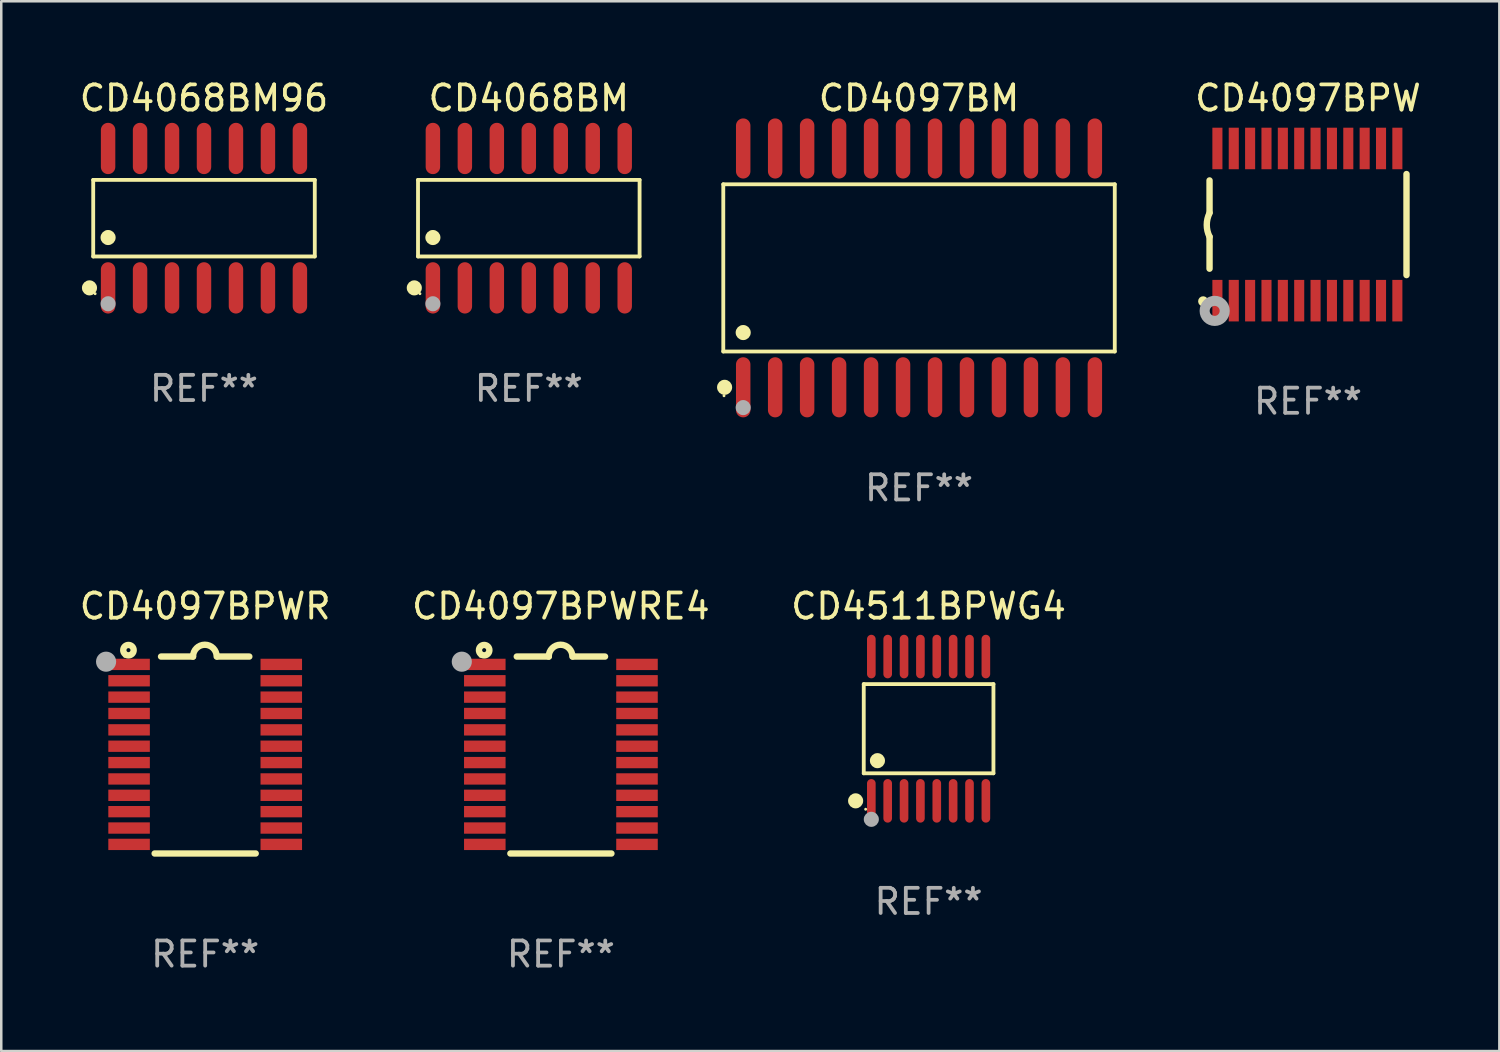
<source format=kicad_pcb>
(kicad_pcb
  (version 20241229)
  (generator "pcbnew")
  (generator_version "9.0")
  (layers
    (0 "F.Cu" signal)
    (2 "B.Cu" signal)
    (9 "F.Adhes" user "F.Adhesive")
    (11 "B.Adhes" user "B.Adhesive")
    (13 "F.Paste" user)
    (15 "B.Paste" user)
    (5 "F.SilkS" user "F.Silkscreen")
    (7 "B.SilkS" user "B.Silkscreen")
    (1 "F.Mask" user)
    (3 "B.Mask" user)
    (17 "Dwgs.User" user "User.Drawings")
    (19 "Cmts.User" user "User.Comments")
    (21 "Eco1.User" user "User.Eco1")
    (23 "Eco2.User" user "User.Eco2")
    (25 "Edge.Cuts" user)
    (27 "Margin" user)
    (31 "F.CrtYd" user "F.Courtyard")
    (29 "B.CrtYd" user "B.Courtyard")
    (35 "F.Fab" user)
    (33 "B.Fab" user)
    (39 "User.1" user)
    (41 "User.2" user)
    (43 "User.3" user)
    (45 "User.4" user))
  (footprint "CD4068BM96"
    (layer "F.Cu")
    (at 5.054 5.617)
    (property "Reference" "CD4068BM96" (at 0 -4.769 0) (layer "F.SilkS") (effects (font (size 1 1) (thickness 0.15))))
    (attr through_hole)
    (fp_line (start -4.401 -1.521) (end 4.401 -1.521) (stroke (width 0.152) (type solid)) (layer "F.SilkS"))
    (fp_line (start -4.401 1.521) (end -4.401 -1.521) (stroke (width 0.152) (type solid)) (layer "F.SilkS"))
    (fp_line (start 4.401 -1.521) (end 4.401 1.521) (stroke (width 0.152) (type solid)) (layer "F.SilkS"))
    (fp_line (start 4.401 1.521) (end -4.401 1.521) (stroke (width 0.152) (type solid)) (layer "F.SilkS"))
    (fp_circle (center -4.549 2.769) (end -4.399 2.769) (stroke (width 0.3) (type solid)) (fill no) (layer "F.SilkS"))
    (fp_circle (center -4.325 3) (end -4.295 3) (stroke (width 0.06) (type solid)) (fill no) (layer "F.SilkS"))
    (fp_circle (center -3.81 0.769) (end -3.66 0.769) (stroke (width 0.3) (type solid)) (fill no) (layer "F.SilkS"))
    (fp_circle (center -3.81 3.4) (end -3.66 3.4) (stroke (width 0.3) (type solid)) (fill no) (layer "F.Fab"))
    (fp_text user "REF**" (at 0 6.769 0) (layer "F.Fab") (effects (font (size 1 1) (thickness 0.15))))
    (pad "1" smd oval (at -3.81 2.769) (size 0.574 2.038) (layers "F.Cu" "F.Mask" "F.Paste"))
    (pad "2" smd oval (at -2.54 2.769) (size 0.574 2.038) (layers "F.Cu" "F.Mask" "F.Paste"))
    (pad "3" smd oval (at -1.27 2.769) (size 0.574 2.038) (layers "F.Cu" "F.Mask" "F.Paste"))
    (pad "4" smd oval (at 0 2.769) (size 0.574 2.038) (layers "F.Cu" "F.Mask" "F.Paste"))
    (pad "5" smd oval (at 1.27 2.769) (size 0.574 2.038) (layers "F.Cu" "F.Mask" "F.Paste"))
    (pad "6" smd oval (at 2.54 2.769) (size 0.574 2.038) (layers "F.Cu" "F.Mask" "F.Paste"))
    (pad "7" smd oval (at 3.81 2.769) (size 0.574 2.038) (layers "F.Cu" "F.Mask" "F.Paste"))
    (pad "8" smd oval (at 3.81 -2.769) (size 0.574 2.038) (layers "F.Cu" "F.Mask" "F.Paste"))
    (pad "9" smd oval (at 2.54 -2.769) (size 0.574 2.038) (layers "F.Cu" "F.Mask" "F.Paste"))
    (pad "10" smd oval (at 1.27 -2.769) (size 0.574 2.038) (layers "F.Cu" "F.Mask" "F.Paste"))
    (pad "11" smd oval (at 0 -2.769) (size 0.574 2.038) (layers "F.Cu" "F.Mask" "F.Paste"))
    (pad "12" smd oval (at -1.27 -2.769) (size 0.574 2.038) (layers "F.Cu" "F.Mask" "F.Paste"))
    (pad "13" smd oval (at -2.54 -2.769) (size 0.574 2.038) (layers "F.Cu" "F.Mask" "F.Paste"))
    (pad "14" smd oval (at -3.81 -2.769) (size 0.574 2.038) (layers "F.Cu" "F.Mask" "F.Paste")))
  (footprint "CD4097BPWRE4"
    (layer "F.Cu")
    (at 19.232 26.944)
    (property "Reference" "CD4097BPWRE4" (at 0 -5.912 0) (layer "F.SilkS") (effects (font (size 1 1) (thickness 0.15))))
    (attr through_hole)
    (fp_line (start -1.753 -3.912) (end -0.483 -3.912) (stroke (width 0.254) (type solid)) (layer "F.SilkS"))
    (fp_line (start 0.483 -3.912) (end 1.753 -3.912) (stroke (width 0.254) (type solid)) (layer "F.SilkS"))
    (fp_line (start 2.007 3.912) (end -2.007 3.912) (stroke (width 0.254) (type solid)) (layer "F.SilkS"))
    (fp_arc (start -0.482626 -3.911608) (mid -0.012725 -4.381509) (end 0.457176 -3.911608) (stroke (width 0.254001) (type solid)) (layer "F.SilkS"))
    (fp_circle (center -3.2 -3.925) (end -3.17 -3.925) (stroke (width 0.06) (type solid)) (fill no) (layer "F.SilkS"))
    (fp_circle (center -3.048 -4.166) (end -2.968 -4.166) (stroke (width 0.254) (type solid)) (fill no) (layer "F.SilkS"))
    (fp_circle (center -3.937 -3.708) (end -3.737 -3.708) (stroke (width 0.4) (type solid)) (fill no) (layer "F.Fab"))
    (fp_text user "REF**" (at 0 7.912 0) (layer "F.Fab") (effects (font (size 1 1) (thickness 0.15))))
    (pad "1" smd rect (at -3.023 -3.6) (size 1.65 0.45) (layers "F.Cu" "F.Mask" "F.Paste"))
    (pad "2" smd rect (at -3.023 -2.95) (size 1.65 0.45) (layers "F.Cu" "F.Mask" "F.Paste"))
    (pad "3" smd rect (at -3.023 -2.3) (size 1.65 0.45) (layers "F.Cu" "F.Mask" "F.Paste"))
    (pad "4" smd rect (at -3.023 -1.65) (size 1.65 0.45) (layers "F.Cu" "F.Mask" "F.Paste"))
    (pad "5" smd rect (at -3.023 -1) (size 1.65 0.45) (layers "F.Cu" "F.Mask" "F.Paste"))
    (pad "6" smd rect (at -3.023 -0.35) (size 1.65 0.45) (layers "F.Cu" "F.Mask" "F.Paste"))
    (pad "7" smd rect (at -3.023 0.3) (size 1.65 0.45) (layers "F.Cu" "F.Mask" "F.Paste"))
    (pad "8" smd rect (at -3.023 0.95) (size 1.65 0.45) (layers "F.Cu" "F.Mask" "F.Paste"))
    (pad "9" smd rect (at -3.023 1.6) (size 1.65 0.45) (layers "F.Cu" "F.Mask" "F.Paste"))
    (pad "10" smd rect (at -3.023 2.25) (size 1.65 0.45) (layers "F.Cu" "F.Mask" "F.Paste"))
    (pad "11" smd rect (at -3.023 2.9) (size 1.65 0.45) (layers "F.Cu" "F.Mask" "F.Paste"))
    (pad "12" smd rect (at -3.023 3.55) (size 1.65 0.45) (layers "F.Cu" "F.Mask" "F.Paste"))
    (pad "13" smd rect (at 3.023 3.55) (size 1.65 0.45) (layers "F.Cu" "F.Mask" "F.Paste"))
    (pad "14" smd rect (at 3.023 2.9) (size 1.65 0.45) (layers "F.Cu" "F.Mask" "F.Paste"))
    (pad "15" smd rect (at 3.023 2.25) (size 1.65 0.45) (layers "F.Cu" "F.Mask" "F.Paste"))
    (pad "16" smd rect (at 3.023 1.6) (size 1.65 0.45) (layers "F.Cu" "F.Mask" "F.Paste"))
    (pad "17" smd rect (at 3.023 0.95) (size 1.65 0.45) (layers "F.Cu" "F.Mask" "F.Paste"))
    (pad "18" smd rect (at 3.023 0.3) (size 1.65 0.45) (layers "F.Cu" "F.Mask" "F.Paste"))
    (pad "19" smd rect (at 3.023 -0.35) (size 1.65 0.45) (layers "F.Cu" "F.Mask" "F.Paste"))
    (pad "20" smd rect (at 3.023 -1) (size 1.65 0.45) (layers "F.Cu" "F.Mask" "F.Paste"))
    (pad "21" smd rect (at 3.023 -1.65) (size 1.65 0.45) (layers "F.Cu" "F.Mask" "F.Paste"))
    (pad "22" smd rect (at 3.023 -2.3) (size 1.65 0.45) (layers "F.Cu" "F.Mask" "F.Paste"))
    (pad "23" smd rect (at 3.023 -2.95) (size 1.65 0.45) (layers "F.Cu" "F.Mask" "F.Paste"))
    (pad "24" smd rect (at 3.023 -3.6) (size 1.65 0.45) (layers "F.Cu" "F.Mask" "F.Paste")))
  (footprint "CD4068BM"
    (layer "F.Cu")
    (at 17.957 5.617)
    (property "Reference" "CD4068BM" (at 0 -4.769 0) (layer "F.SilkS") (effects (font (size 1 1) (thickness 0.15))))
    (attr through_hole)
    (fp_line (start -4.401 -1.521) (end 4.401 -1.521) (stroke (width 0.152) (type solid)) (layer "F.SilkS"))
    (fp_line (start -4.401 1.521) (end -4.401 -1.521) (stroke (width 0.152) (type solid)) (layer "F.SilkS"))
    (fp_line (start 4.401 -1.521) (end 4.401 1.521) (stroke (width 0.152) (type solid)) (layer "F.SilkS"))
    (fp_line (start 4.401 1.521) (end -4.401 1.521) (stroke (width 0.152) (type solid)) (layer "F.SilkS"))
    (fp_circle (center -4.549 2.769) (end -4.399 2.769) (stroke (width 0.3) (type solid)) (fill no) (layer "F.SilkS"))
    (fp_circle (center -4.325 3) (end -4.295 3) (stroke (width 0.06) (type solid)) (fill no) (layer "F.SilkS"))
    (fp_circle (center -3.81 0.769) (end -3.66 0.769) (stroke (width 0.3) (type solid)) (fill no) (layer "F.SilkS"))
    (fp_circle (center -3.81 3.4) (end -3.66 3.4) (stroke (width 0.3) (type solid)) (fill no) (layer "F.Fab"))
    (fp_text user "REF**" (at 0 6.769 0) (layer "F.Fab") (effects (font (size 1 1) (thickness 0.15))))
    (pad "1" smd oval (at -3.81 2.769) (size 0.574 2.038) (layers "F.Cu" "F.Mask" "F.Paste"))
    (pad "2" smd oval (at -2.54 2.769) (size 0.574 2.038) (layers "F.Cu" "F.Mask" "F.Paste"))
    (pad "3" smd oval (at -1.27 2.769) (size 0.574 2.038) (layers "F.Cu" "F.Mask" "F.Paste"))
    (pad "4" smd oval (at 0 2.769) (size 0.574 2.038) (layers "F.Cu" "F.Mask" "F.Paste"))
    (pad "5" smd oval (at 1.27 2.769) (size 0.574 2.038) (layers "F.Cu" "F.Mask" "F.Paste"))
    (pad "6" smd oval (at 2.54 2.769) (size 0.574 2.038) (layers "F.Cu" "F.Mask" "F.Paste"))
    (pad "7" smd oval (at 3.81 2.769) (size 0.574 2.038) (layers "F.Cu" "F.Mask" "F.Paste"))
    (pad "8" smd oval (at 3.81 -2.769) (size 0.574 2.038) (layers "F.Cu" "F.Mask" "F.Paste"))
    (pad "9" smd oval (at 2.54 -2.769) (size 0.574 2.038) (layers "F.Cu" "F.Mask" "F.Paste"))
    (pad "10" smd oval (at 1.27 -2.769) (size 0.574 2.038) (layers "F.Cu" "F.Mask" "F.Paste"))
    (pad "11" smd oval (at 0 -2.769) (size 0.574 2.038) (layers "F.Cu" "F.Mask" "F.Paste"))
    (pad "12" smd oval (at -1.27 -2.769) (size 0.574 2.038) (layers "F.Cu" "F.Mask" "F.Paste"))
    (pad "13" smd oval (at -2.54 -2.769) (size 0.574 2.038) (layers "F.Cu" "F.Mask" "F.Paste"))
    (pad "14" smd oval (at -3.81 -2.769) (size 0.574 2.038) (layers "F.Cu" "F.Mask" "F.Paste")))
  (footprint "CD4511BPWG4"
    (layer "F.Cu")
    (at 33.839 25.898)
    (property "Reference" "CD4511BPWG4" (at 0 -4.866 0) (layer "F.SilkS") (effects (font (size 1 1) (thickness 0.15))))
    (attr through_hole)
    (fp_line (start -2.576 -1.772) (end 2.576 -1.772) (stroke (width 0.152) (type solid)) (layer "F.SilkS"))
    (fp_line (start -2.576 1.771) (end -2.576 -1.772) (stroke (width 0.152) (type solid)) (layer "F.SilkS"))
    (fp_line (start 2.576 -1.772) (end 2.576 1.771) (stroke (width 0.152) (type solid)) (layer "F.SilkS"))
    (fp_line (start 2.576 1.771) (end -2.576 1.771) (stroke (width 0.152) (type solid)) (layer "F.SilkS"))
    (fp_circle (center -2.899 2.866) (end -2.749 2.866) (stroke (width 0.3) (type solid)) (fill no) (layer "F.SilkS"))
    (fp_circle (center -2.5 3.2) (end -2.47 3.2) (stroke (width 0.06) (type solid)) (fill no) (layer "F.SilkS"))
    (fp_circle (center -2.032 1.27) (end -1.882 1.27) (stroke (width 0.3) (type solid)) (fill no) (layer "F.SilkS"))
    (fp_circle (center -2.275 3.6) (end -2.125 3.6) (stroke (width 0.3) (type solid)) (fill no) (layer "F.Fab"))
    (fp_text user "REF**" (at 0 6.866 0) (layer "F.Fab") (effects (font (size 1 1) (thickness 0.15))))
    (pad "1" smd oval (at -2.275 2.866) (size 0.343 1.731) (layers "F.Cu" "F.Mask" "F.Paste"))
    (pad "2" smd oval (at -1.625 2.866) (size 0.343 1.731) (layers "F.Cu" "F.Mask" "F.Paste"))
    (pad "3" smd oval (at -0.975 2.866) (size 0.343 1.731) (layers "F.Cu" "F.Mask" "F.Paste"))
    (pad "4" smd oval (at -0.325 2.866) (size 0.343 1.731) (layers "F.Cu" "F.Mask" "F.Paste"))
    (pad "5" smd oval (at 0.325 2.866) (size 0.343 1.731) (layers "F.Cu" "F.Mask" "F.Paste"))
    (pad "6" smd oval (at 0.975 2.866) (size 0.343 1.731) (layers "F.Cu" "F.Mask" "F.Paste"))
    (pad "7" smd oval (at 1.625 2.866) (size 0.343 1.731) (layers "F.Cu" "F.Mask" "F.Paste"))
    (pad "8" smd oval (at 2.275 2.866) (size 0.343 1.731) (layers "F.Cu" "F.Mask" "F.Paste"))
    (pad "9" smd oval (at 2.275 -2.866) (size 0.343 1.731) (layers "F.Cu" "F.Mask" "F.Paste"))
    (pad "10" smd oval (at 1.625 -2.866) (size 0.343 1.731) (layers "F.Cu" "F.Mask" "F.Paste"))
    (pad "11" smd oval (at 0.975 -2.866) (size 0.343 1.731) (layers "F.Cu" "F.Mask" "F.Paste"))
    (pad "12" smd oval (at 0.325 -2.866) (size 0.343 1.731) (layers "F.Cu" "F.Mask" "F.Paste"))
    (pad "13" smd oval (at -0.325 -2.866) (size 0.343 1.731) (layers "F.Cu" "F.Mask" "F.Paste"))
    (pad "14" smd oval (at -0.975 -2.866) (size 0.343 1.731) (layers "F.Cu" "F.Mask" "F.Paste"))
    (pad "15" smd oval (at -1.625 -2.866) (size 0.343 1.731) (layers "F.Cu" "F.Mask" "F.Paste"))
    (pad "16" smd oval (at -2.275 -2.866) (size 0.343 1.731) (layers "F.Cu" "F.Mask" "F.Paste")))
  (footprint "CD4097BM"
    (layer "F.Cu")
    (at 33.459 7.592)
    (property "Reference" "CD4097BM" (at 0 -6.744 0) (layer "F.SilkS") (effects (font (size 1 1) (thickness 0.15))))
    (attr through_hole)
    (fp_line (start -7.776 -3.321) (end 7.776 -3.321) (stroke (width 0.152) (type solid)) (layer "F.SilkS"))
    (fp_line (start -7.776 3.321) (end -7.776 -3.321) (stroke (width 0.152) (type solid)) (layer "F.SilkS"))
    (fp_line (start 7.776 -3.321) (end 7.776 3.321) (stroke (width 0.152) (type solid)) (layer "F.SilkS"))
    (fp_line (start 7.776 3.321) (end -7.776 3.321) (stroke (width 0.152) (type solid)) (layer "F.SilkS"))
    (fp_circle (center -7.747 5.08) (end -7.717 5.08) (stroke (width 0.06) (type solid)) (fill no) (layer "F.SilkS"))
    (fp_circle (center -7.724 4.744) (end -7.574 4.744) (stroke (width 0.3) (type solid)) (fill no) (layer "F.SilkS"))
    (fp_circle (center -6.985 2.569) (end -6.835 2.569) (stroke (width 0.3) (type solid)) (fill no) (layer "F.SilkS"))
    (fp_circle (center -6.985 5.55) (end -6.835 5.55) (stroke (width 0.3) (type solid)) (fill no) (layer "F.Fab"))
    (fp_text user "REF**" (at 0 8.744 0) (layer "F.Fab") (effects (font (size 1 1) (thickness 0.15))))
    (pad "1" smd oval (at -6.985 4.744) (size 0.574 2.388) (layers "F.Cu" "F.Mask" "F.Paste"))
    (pad "2" smd oval (at -5.715 4.744) (size 0.574 2.388) (layers "F.Cu" "F.Mask" "F.Paste"))
    (pad "3" smd oval (at -4.445 4.744) (size 0.574 2.388) (layers "F.Cu" "F.Mask" "F.Paste"))
    (pad "4" smd oval (at -3.175 4.744) (size 0.574 2.388) (layers "F.Cu" "F.Mask" "F.Paste"))
    (pad "5" smd oval (at -1.905 4.744) (size 0.574 2.388) (layers "F.Cu" "F.Mask" "F.Paste"))
    (pad "6" smd oval (at -0.635 4.744) (size 0.574 2.388) (layers "F.Cu" "F.Mask" "F.Paste"))
    (pad "7" smd oval (at 0.635 4.744) (size 0.574 2.388) (layers "F.Cu" "F.Mask" "F.Paste"))
    (pad "8" smd oval (at 1.905 4.744) (size 0.574 2.388) (layers "F.Cu" "F.Mask" "F.Paste"))
    (pad "9" smd oval (at 3.175 4.744) (size 0.574 2.388) (layers "F.Cu" "F.Mask" "F.Paste"))
    (pad "10" smd oval (at 4.445 4.744) (size 0.574 2.388) (layers "F.Cu" "F.Mask" "F.Paste"))
    (pad "11" smd oval (at 5.715 4.744) (size 0.574 2.388) (layers "F.Cu" "F.Mask" "F.Paste"))
    (pad "12" smd oval (at 6.985 4.744) (size 0.574 2.388) (layers "F.Cu" "F.Mask" "F.Paste"))
    (pad "13" smd oval (at 6.985 -4.744) (size 0.574 2.388) (layers "F.Cu" "F.Mask" "F.Paste"))
    (pad "14" smd oval (at 5.715 -4.744) (size 0.574 2.388) (layers "F.Cu" "F.Mask" "F.Paste"))
    (pad "15" smd oval (at 4.445 -4.744) (size 0.574 2.388) (layers "F.Cu" "F.Mask" "F.Paste"))
    (pad "16" smd oval (at 3.175 -4.744) (size 0.574 2.388) (layers "F.Cu" "F.Mask" "F.Paste"))
    (pad "17" smd oval (at 1.905 -4.744) (size 0.574 2.388) (layers "F.Cu" "F.Mask" "F.Paste"))
    (pad "18" smd oval (at 0.635 -4.744) (size 0.574 2.388) (layers "F.Cu" "F.Mask" "F.Paste"))
    (pad "19" smd oval (at -0.635 -4.744) (size 0.574 2.388) (layers "F.Cu" "F.Mask" "F.Paste"))
    (pad "20" smd oval (at -1.905 -4.744) (size 0.574 2.388) (layers "F.Cu" "F.Mask" "F.Paste"))
    (pad "21" smd oval (at -3.175 -4.744) (size 0.574 2.388) (layers "F.Cu" "F.Mask" "F.Paste"))
    (pad "22" smd oval (at -4.445 -4.744) (size 0.574 2.388) (layers "F.Cu" "F.Mask" "F.Paste"))
    (pad "23" smd oval (at -5.715 -4.744) (size 0.574 2.388) (layers "F.Cu" "F.Mask" "F.Paste"))
    (pad "24" smd oval (at -6.985 -4.744) (size 0.574 2.388) (layers "F.Cu" "F.Mask" "F.Paste")))
  (footprint "CD4097BPW"
    (layer "F.Cu")
    (at 48.912 5.871)
    (property "Reference" "CD4097BPW" (at 0 -5.023 0) (layer "F.SilkS") (effects (font (size 1 1) (thickness 0.15))))
    (attr through_hole)
    (fp_line (start -3.912 -0.483) (end -3.912 -1.753) (stroke (width 0.254) (type solid)) (layer "F.SilkS"))
    (fp_line (start -3.912 1.753) (end -3.912 0.483) (stroke (width 0.254) (type solid)) (layer "F.SilkS"))
    (fp_line (start 3.912 -2.007) (end 3.912 2.007) (stroke (width 0.254) (type solid)) (layer "F.SilkS"))
    (fp_arc (start -3.911608 0.482601) (mid -4.022537 0.0127) (end -3.911608 -0.457201) (stroke (width 0.254001) (type solid)) (layer "F.SilkS"))
    (fp_circle (center -4.166 3.048) (end -4.066 3.048) (stroke (width 0.2) (type solid)) (fill no) (layer "F.SilkS"))
    (fp_circle (center -3.925 3.186) (end -3.895 3.186) (stroke (width 0.06) (type solid)) (fill no) (layer "F.SilkS"))
    (fp_circle (center -3.708 3.429) (end -3.509 3.429) (stroke (width 0.4) (type solid)) (fill no) (layer "F.Fab"))
    (fp_text user "REF**" (at 0 7.023 0) (layer "F.Fab") (effects (font (size 1 1) (thickness 0.15))))
    (pad "1" smd rect (at -3.6 3.023) (size 0.4 1.65) (layers "F.Cu" "F.Mask" "F.Paste"))
    (pad "2" smd rect (at -2.95 3.023) (size 0.4 1.65) (layers "F.Cu" "F.Mask" "F.Paste"))
    (pad "3" smd rect (at -2.3 3.023) (size 0.4 1.65) (layers "F.Cu" "F.Mask" "F.Paste"))
    (pad "4" smd rect (at -1.65 3.023) (size 0.4 1.65) (layers "F.Cu" "F.Mask" "F.Paste"))
    (pad "5" smd rect (at -1 3.023) (size 0.4 1.65) (layers "F.Cu" "F.Mask" "F.Paste"))
    (pad "6" smd rect (at -0.35 3.023) (size 0.4 1.65) (layers "F.Cu" "F.Mask" "F.Paste"))
    (pad "7" smd rect (at 0.299 3.023) (size 0.4 1.65) (layers "F.Cu" "F.Mask" "F.Paste"))
    (pad "8" smd rect (at 0.95 3.023) (size 0.4 1.65) (layers "F.Cu" "F.Mask" "F.Paste"))
    (pad "9" smd rect (at 1.6 3.023) (size 0.4 1.65) (layers "F.Cu" "F.Mask" "F.Paste"))
    (pad "10" smd rect (at 2.25 3.023) (size 0.4 1.65) (layers "F.Cu" "F.Mask" "F.Paste"))
    (pad "11" smd rect (at 2.9 3.023) (size 0.4 1.65) (layers "F.Cu" "F.Mask" "F.Paste"))
    (pad "12" smd rect (at 3.549 3.023) (size 0.4 1.65) (layers "F.Cu" "F.Mask" "F.Paste"))
    (pad "13" smd rect (at 3.549 -3.023) (size 0.4 1.65) (layers "F.Cu" "F.Mask" "F.Paste"))
    (pad "14" smd rect (at 2.9 -3.023) (size 0.4 1.65) (layers "F.Cu" "F.Mask" "F.Paste"))
    (pad "15" smd rect (at 2.25 -3.023) (size 0.4 1.65) (layers "F.Cu" "F.Mask" "F.Paste"))
    (pad "16" smd rect (at 1.6 -3.023) (size 0.4 1.65) (layers "F.Cu" "F.Mask" "F.Paste"))
    (pad "17" smd rect (at 0.95 -3.023) (size 0.4 1.65) (layers "F.Cu" "F.Mask" "F.Paste"))
    (pad "18" smd rect (at 0.299 -3.023) (size 0.4 1.65) (layers "F.Cu" "F.Mask" "F.Paste"))
    (pad "19" smd rect (at -0.35 -3.023) (size 0.4 1.65) (layers "F.Cu" "F.Mask" "F.Paste"))
    (pad "20" smd rect (at -1 -3.023) (size 0.4 1.65) (layers "F.Cu" "F.Mask" "F.Paste"))
    (pad "21" smd rect (at -1.65 -3.023) (size 0.4 1.65) (layers "F.Cu" "F.Mask" "F.Paste"))
    (pad "22" smd rect (at -2.3 -3.023) (size 0.4 1.65) (layers "F.Cu" "F.Mask" "F.Paste"))
    (pad "23" smd rect (at -2.95 -3.023) (size 0.4 1.65) (layers "F.Cu" "F.Mask" "F.Paste"))
    (pad "24" smd rect (at -3.6 -3.023) (size 0.4 1.65) (layers "F.Cu" "F.Mask" "F.Paste")))
  (footprint "CD4097BPWR"
    (layer "F.Cu")
    (at 5.101 26.944)
    (property "Reference" "CD4097BPWR" (at 0 -5.912 0) (layer "F.SilkS") (effects (font (size 1 1) (thickness 0.15))))
    (attr through_hole)
    (fp_line (start -1.753 -3.912) (end -0.483 -3.912) (stroke (width 0.254) (type solid)) (layer "F.SilkS"))
    (fp_line (start 0.483 -3.912) (end 1.753 -3.912) (stroke (width 0.254) (type solid)) (layer "F.SilkS"))
    (fp_line (start 2.007 3.912) (end -2.007 3.912) (stroke (width 0.254) (type solid)) (layer "F.SilkS"))
    (fp_arc (start -0.482626 -3.911608) (mid -0.012725 -4.381509) (end 0.457176 -3.911608) (stroke (width 0.254001) (type solid)) (layer "F.SilkS"))
    (fp_circle (center -3.2 -3.925) (end -3.17 -3.925) (stroke (width 0.06) (type solid)) (fill no) (layer "F.SilkS"))
    (fp_circle (center -3.048 -4.166) (end -2.968 -4.166) (stroke (width 0.254) (type solid)) (fill no) (layer "F.SilkS"))
    (fp_circle (center -3.937 -3.708) (end -3.737 -3.708) (stroke (width 0.4) (type solid)) (fill no) (layer "F.Fab"))
    (fp_text user "REF**" (at 0 7.912 0) (layer "F.Fab") (effects (font (size 1 1) (thickness 0.15))))
    (pad "1" smd rect (at -3.023 -3.6) (size 1.65 0.45) (layers "F.Cu" "F.Mask" "F.Paste"))
    (pad "2" smd rect (at -3.023 -2.95) (size 1.65 0.45) (layers "F.Cu" "F.Mask" "F.Paste"))
    (pad "3" smd rect (at -3.023 -2.3) (size 1.65 0.45) (layers "F.Cu" "F.Mask" "F.Paste"))
    (pad "4" smd rect (at -3.023 -1.65) (size 1.65 0.45) (layers "F.Cu" "F.Mask" "F.Paste"))
    (pad "5" smd rect (at -3.023 -1) (size 1.65 0.45) (layers "F.Cu" "F.Mask" "F.Paste"))
    (pad "6" smd rect (at -3.023 -0.35) (size 1.65 0.45) (layers "F.Cu" "F.Mask" "F.Paste"))
    (pad "7" smd rect (at -3.023 0.3) (size 1.65 0.45) (layers "F.Cu" "F.Mask" "F.Paste"))
    (pad "8" smd rect (at -3.023 0.95) (size 1.65 0.45) (layers "F.Cu" "F.Mask" "F.Paste"))
    (pad "9" smd rect (at -3.023 1.6) (size 1.65 0.45) (layers "F.Cu" "F.Mask" "F.Paste"))
    (pad "10" smd rect (at -3.023 2.25) (size 1.65 0.45) (layers "F.Cu" "F.Mask" "F.Paste"))
    (pad "11" smd rect (at -3.023 2.9) (size 1.65 0.45) (layers "F.Cu" "F.Mask" "F.Paste"))
    (pad "12" smd rect (at -3.023 3.55) (size 1.65 0.45) (layers "F.Cu" "F.Mask" "F.Paste"))
    (pad "13" smd rect (at 3.023 3.55) (size 1.65 0.45) (layers "F.Cu" "F.Mask" "F.Paste"))
    (pad "14" smd rect (at 3.023 2.9) (size 1.65 0.45) (layers "F.Cu" "F.Mask" "F.Paste"))
    (pad "15" smd rect (at 3.023 2.25) (size 1.65 0.45) (layers "F.Cu" "F.Mask" "F.Paste"))
    (pad "16" smd rect (at 3.023 1.6) (size 1.65 0.45) (layers "F.Cu" "F.Mask" "F.Paste"))
    (pad "17" smd rect (at 3.023 0.95) (size 1.65 0.45) (layers "F.Cu" "F.Mask" "F.Paste"))
    (pad "18" smd rect (at 3.023 0.3) (size 1.65 0.45) (layers "F.Cu" "F.Mask" "F.Paste"))
    (pad "19" smd rect (at 3.023 -0.35) (size 1.65 0.45) (layers "F.Cu" "F.Mask" "F.Paste"))
    (pad "20" smd rect (at 3.023 -1) (size 1.65 0.45) (layers "F.Cu" "F.Mask" "F.Paste"))
    (pad "21" smd rect (at 3.023 -1.65) (size 1.65 0.45) (layers "F.Cu" "F.Mask" "F.Paste"))
    (pad "22" smd rect (at 3.023 -2.3) (size 1.65 0.45) (layers "F.Cu" "F.Mask" "F.Paste"))
    (pad "23" smd rect (at 3.023 -2.95) (size 1.65 0.45) (layers "F.Cu" "F.Mask" "F.Paste"))
    (pad "24" smd rect (at 3.023 -3.6) (size 1.65 0.45) (layers "F.Cu" "F.Mask" "F.Paste")))
  (gr_rect
    (start -3 -3)
    (end 56.513 38.704)
    (stroke (width 0.1) (type default))
    (fill no)
    (layer "Edge.Cuts")))
</source>
